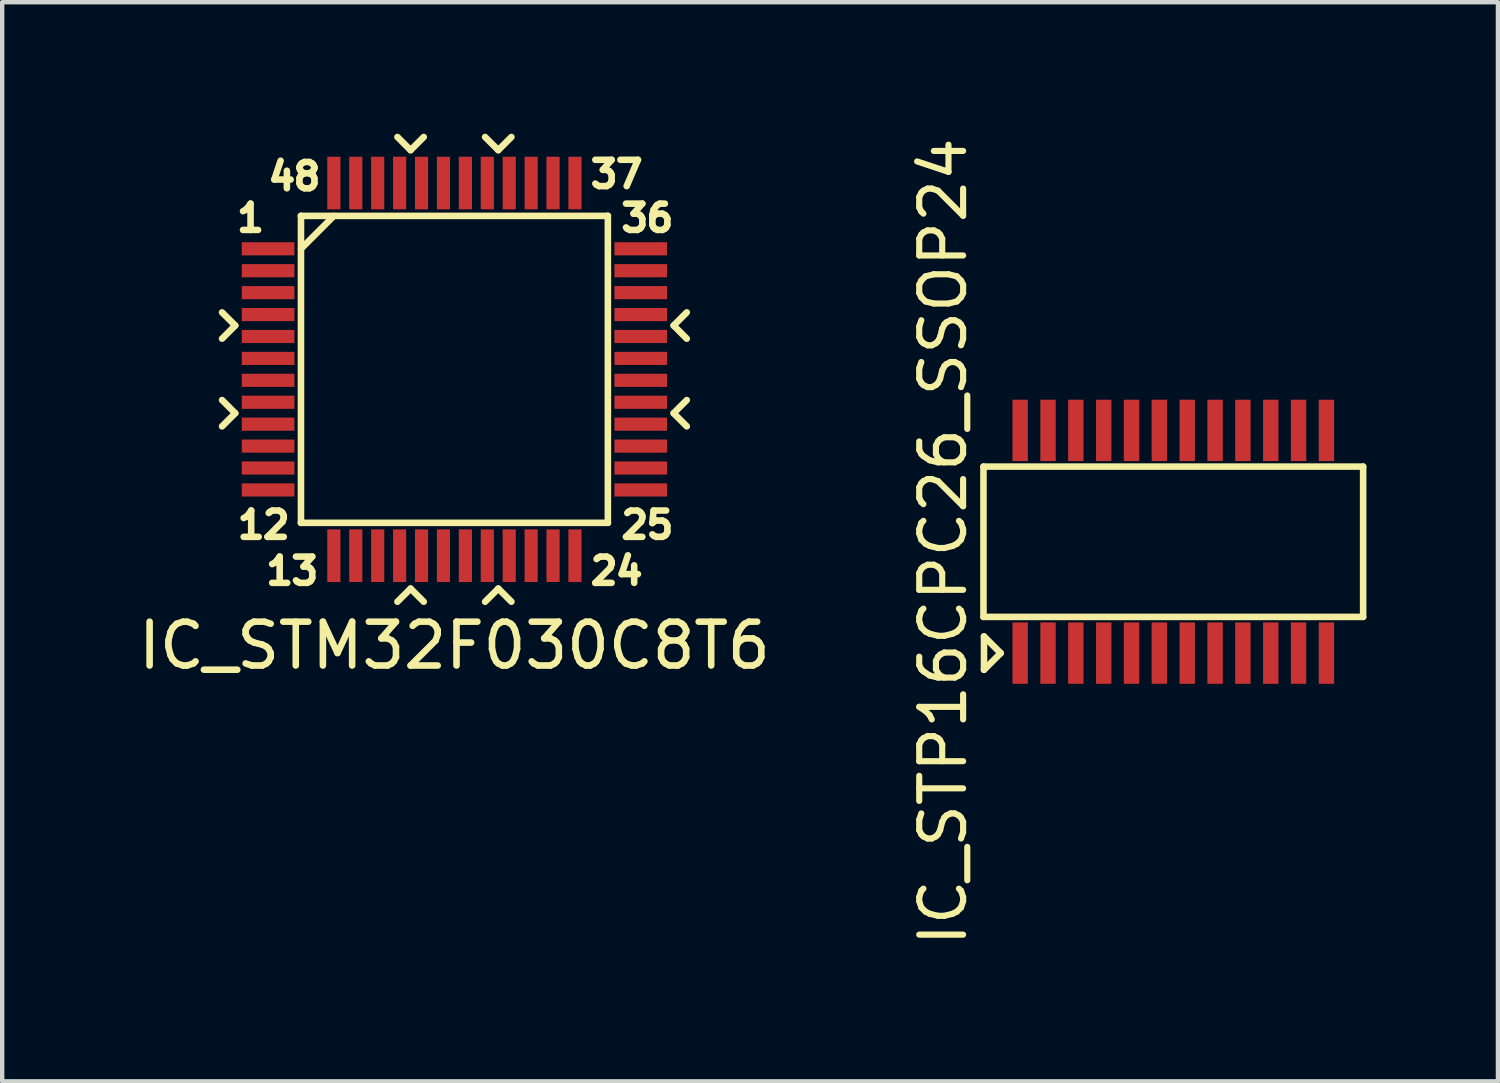
<source format=kicad_pcb>
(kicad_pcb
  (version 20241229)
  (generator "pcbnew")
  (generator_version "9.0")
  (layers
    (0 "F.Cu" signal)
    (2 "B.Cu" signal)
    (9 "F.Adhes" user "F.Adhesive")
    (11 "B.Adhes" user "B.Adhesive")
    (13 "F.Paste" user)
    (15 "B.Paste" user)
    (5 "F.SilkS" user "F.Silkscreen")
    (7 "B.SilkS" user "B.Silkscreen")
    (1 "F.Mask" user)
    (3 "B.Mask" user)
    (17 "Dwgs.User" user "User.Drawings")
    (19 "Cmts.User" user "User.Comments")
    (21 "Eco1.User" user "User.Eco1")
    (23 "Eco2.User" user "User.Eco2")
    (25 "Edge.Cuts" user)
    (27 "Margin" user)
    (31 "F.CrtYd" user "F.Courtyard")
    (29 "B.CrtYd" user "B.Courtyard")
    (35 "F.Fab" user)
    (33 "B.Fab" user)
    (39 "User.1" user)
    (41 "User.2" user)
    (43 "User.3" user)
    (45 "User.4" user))
  (footprint "IC_STP16CPC26_SSOP24"
    (layer "F.Cu")
    (at 23.712 9.307)
    (property "Reference" "IC_STP16CPC26_SSOP24" (at -5.25 0 90) (layer "F.SilkS") (effects (font (size 1.001 1.001) (thickness 0.14))))
    (attr smd)
    (fp_line (start -4.33 -1.714) (end 4.33 -1.714) (stroke (width 0.15) (type solid)) (layer "F.SilkS"))
    (fp_line (start -4.33 1.714) (end -4.33 -1.714) (stroke (width 0.15) (type solid)) (layer "F.SilkS"))
    (fp_line (start -4.318 2.159) (end -3.937 2.54) (stroke (width 0.15) (type solid)) (layer "F.SilkS"))
    (fp_line (start -4.318 2.921) (end -4.318 2.159) (stroke (width 0.15) (type solid)) (layer "F.SilkS"))
    (fp_line (start -3.937 2.54) (end -4.318 2.921) (stroke (width 0.15) (type solid)) (layer "F.SilkS"))
    (fp_line (start 4.33 -1.714) (end 4.33 1.714) (stroke (width 0.15) (type solid)) (layer "F.SilkS"))
    (fp_line (start 4.33 1.714) (end -4.33 1.714) (stroke (width 0.15) (type solid)) (layer "F.SilkS"))
    (pad "1" smd rect (at -3.493 2.54) (size 0.351 1.4) (layers "F.Cu" "F.Mask" "F.Paste"))
    (pad "2" smd rect (at -2.857 2.54) (size 0.351 1.4) (layers "F.Cu" "F.Mask" "F.Paste"))
    (pad "3" smd rect (at -2.223 2.54) (size 0.351 1.4) (layers "F.Cu" "F.Mask" "F.Paste"))
    (pad "4" smd rect (at -1.587 2.54) (size 0.351 1.4) (layers "F.Cu" "F.Mask" "F.Paste"))
    (pad "5" smd rect (at -0.953 2.54) (size 0.351 1.4) (layers "F.Cu" "F.Mask" "F.Paste"))
    (pad "6" smd rect (at -0.318 2.54) (size 0.351 1.4) (layers "F.Cu" "F.Mask" "F.Paste"))
    (pad "7" smd rect (at 0.318 2.54) (size 0.351 1.4) (layers "F.Cu" "F.Mask" "F.Paste"))
    (pad "8" smd rect (at 0.953 2.54) (size 0.351 1.4) (layers "F.Cu" "F.Mask" "F.Paste"))
    (pad "9" smd rect (at 1.587 2.54) (size 0.351 1.4) (layers "F.Cu" "F.Mask" "F.Paste"))
    (pad "10" smd rect (at 2.223 2.54) (size 0.351 1.4) (layers "F.Cu" "F.Mask" "F.Paste"))
    (pad "11" smd rect (at 2.857 2.54) (size 0.351 1.4) (layers "F.Cu" "F.Mask" "F.Paste"))
    (pad "12" smd rect (at 3.493 2.54) (size 0.351 1.4) (layers "F.Cu" "F.Mask" "F.Paste"))
    (pad "13" smd rect (at 3.493 -2.54) (size 0.351 1.4) (layers "F.Cu" "F.Mask" "F.Paste"))
    (pad "14" smd rect (at 2.857 -2.54) (size 0.351 1.4) (layers "F.Cu" "F.Mask" "F.Paste"))
    (pad "15" smd rect (at 2.223 -2.54) (size 0.351 1.4) (layers "F.Cu" "F.Mask" "F.Paste"))
    (pad "16" smd rect (at 1.587 -2.54) (size 0.351 1.4) (layers "F.Cu" "F.Mask" "F.Paste"))
    (pad "17" smd rect (at 0.953 -2.54) (size 0.351 1.4) (layers "F.Cu" "F.Mask" "F.Paste"))
    (pad "18" smd rect (at 0.318 -2.54) (size 0.351 1.4) (layers "F.Cu" "F.Mask" "F.Paste"))
    (pad "19" smd rect (at -0.318 -2.54) (size 0.351 1.4) (layers "F.Cu" "F.Mask" "F.Paste"))
    (pad "20" smd rect (at -0.953 -2.54) (size 0.351 1.4) (layers "F.Cu" "F.Mask" "F.Paste"))
    (pad "21" smd rect (at -1.587 -2.54) (size 0.351 1.4) (layers "F.Cu" "F.Mask" "F.Paste"))
    (pad "22" smd rect (at -2.223 -2.54) (size 0.351 1.4) (layers "F.Cu" "F.Mask" "F.Paste"))
    (pad "23" smd rect (at -2.857 -2.54) (size 0.351 1.4) (layers "F.Cu" "F.Mask" "F.Paste"))
    (pad "24" smd rect (at -3.493 -2.54) (size 0.351 1.4) (layers "F.Cu" "F.Mask" "F.Paste")))
  (footprint "IC_STM32F030C8T6"
    (layer "F.Cu")
    (at 7.315 5.375)
    (property "Reference" "IC_STM32F030C8T6" (at 0 6.3 0) (layer "F.SilkS") (effects (font (size 1 1) (thickness 0.15))))
    (attr through_hole)
    (fp_line (start -5 -1) (end -5.3 -1.3) (stroke (width 0.15) (type solid)) (layer "F.SilkS"))
    (fp_line (start -5 -1) (end -5.3 -0.7) (stroke (width 0.15) (type solid)) (layer "F.SilkS"))
    (fp_line (start -5 1) (end -5.3 0.7) (stroke (width 0.15) (type solid)) (layer "F.SilkS"))
    (fp_line (start -5 1) (end -5.3 1.3) (stroke (width 0.15) (type solid)) (layer "F.SilkS"))
    (fp_line (start -3.5 -3.5) (end -3.5 -3.5) (stroke (width 0.15) (type solid)) (layer "F.SilkS"))
    (fp_line (start -3.5 -3.5) (end 3.5 -3.5) (stroke (width 0.15) (type solid)) (layer "F.SilkS"))
    (fp_line (start -3.5 -2.75) (end -2.75 -3.5) (stroke (width 0.15) (type solid)) (layer "F.SilkS"))
    (fp_line (start -3.5 3.5) (end -3.5 -3.5) (stroke (width 0.15) (type solid)) (layer "F.SilkS"))
    (fp_line (start -3.5 3.5) (end -3.5 3.5) (stroke (width 0.15) (type solid)) (layer "F.SilkS"))
    (fp_line (start -1 -5) (end -1.3 -5.3) (stroke (width 0.15) (type solid)) (layer "F.SilkS"))
    (fp_line (start -1 -5) (end -0.7 -5.3) (stroke (width 0.15) (type solid)) (layer "F.SilkS"))
    (fp_line (start -1 5) (end -1.3 5.3) (stroke (width 0.15) (type solid)) (layer "F.SilkS"))
    (fp_line (start -1 5) (end -0.7 5.3) (stroke (width 0.15) (type solid)) (layer "F.SilkS"))
    (fp_line (start 1 -5) (end 0.7 -5.3) (stroke (width 0.15) (type solid)) (layer "F.SilkS"))
    (fp_line (start 1 -5) (end 1.3 -5.3) (stroke (width 0.15) (type solid)) (layer "F.SilkS"))
    (fp_line (start 1 5) (end 0.7 5.3) (stroke (width 0.15) (type solid)) (layer "F.SilkS"))
    (fp_line (start 1 5) (end 1.3 5.3) (stroke (width 0.15) (type solid)) (layer "F.SilkS"))
    (fp_line (start 3.5 -3.5) (end 3.5 -3.5) (stroke (width 0.15) (type solid)) (layer "F.SilkS"))
    (fp_line (start 3.5 -3.5) (end 3.5 3.5) (stroke (width 0.15) (type solid)) (layer "F.SilkS"))
    (fp_line (start 3.5 3.5) (end -3.5 3.5) (stroke (width 0.15) (type solid)) (layer "F.SilkS"))
    (fp_line (start 3.5 3.5) (end 3.5 3.5) (stroke (width 0.15) (type solid)) (layer "F.SilkS"))
    (fp_line (start 5 -1) (end 5.3 -1.3) (stroke (width 0.15) (type solid)) (layer "F.SilkS"))
    (fp_line (start 5 -1) (end 5.3 -0.7) (stroke (width 0.15) (type solid)) (layer "F.SilkS"))
    (fp_line (start 5 1) (end 5.3 0.7) (stroke (width 0.15) (type solid)) (layer "F.SilkS"))
    (fp_line (start 5 1) (end 5.3 1.3) (stroke (width 0.15) (type solid)) (layer "F.SilkS"))
    (fp_text user "12" (at -4.35 3.55 0) (layer "F.SilkS") (effects (font (size 0.6 0.6) (thickness 0.15))))
    (fp_text user "24" (at 3.7 4.6 0) (layer "F.SilkS") (effects (font (size 0.6 0.6) (thickness 0.15))))
    (fp_text user "25" (at 4.4 3.55 0) (layer "F.SilkS") (effects (font (size 0.6 0.6) (thickness 0.15))))
    (fp_text user "37" (at 3.7 -4.45 0) (layer "F.SilkS") (effects (font (size 0.6 0.6) (thickness 0.15))))
    (fp_text user "48" (at -3.65 -4.4 0) (layer "F.SilkS") (effects (font (size 0.6 0.6) (thickness 0.15))))
    (fp_text user "13" (at -3.7 4.6 0) (layer "F.SilkS") (effects (font (size 0.6 0.6) (thickness 0.15))))
    (fp_text user "1" (at -4.65 -3.45 0) (layer "F.SilkS") (effects (font (size 0.6 0.6) (thickness 0.15))))
    (fp_text user "36" (at 4.4 -3.45 0) (layer "F.SilkS") (effects (font (size 0.6 0.6) (thickness 0.15))))
    (pad "1" smd rect (at -4.25 -2.75) (size 1.2 0.3) (layers "F.Cu" "F.Mask" "F.Paste"))
    (pad "2" smd rect (at -4.25 -2.25) (size 1.2 0.3) (layers "F.Cu" "F.Mask" "F.Paste"))
    (pad "3" smd rect (at -4.25 -1.75) (size 1.2 0.3) (layers "F.Cu" "F.Mask" "F.Paste"))
    (pad "4" smd rect (at -4.25 -1.25) (size 1.2 0.3) (layers "F.Cu" "F.Mask" "F.Paste"))
    (pad "5" smd rect (at -4.25 -0.75) (size 1.2 0.3) (layers "F.Cu" "F.Mask" "F.Paste"))
    (pad "6" smd rect (at -4.25 -0.25) (size 1.2 0.3) (layers "F.Cu" "F.Mask" "F.Paste"))
    (pad "7" smd rect (at -4.25 0.25) (size 1.2 0.3) (layers "F.Cu" "F.Mask" "F.Paste"))
    (pad "8" smd rect (at -4.25 0.75) (size 1.2 0.3) (layers "F.Cu" "F.Mask" "F.Paste"))
    (pad "9" smd rect (at -4.25 1.25) (size 1.2 0.3) (layers "F.Cu" "F.Mask" "F.Paste"))
    (pad "10" smd rect (at -4.25 1.75) (size 1.2 0.3) (layers "F.Cu" "F.Mask" "F.Paste"))
    (pad "11" smd rect (at -4.25 2.25) (size 1.2 0.3) (layers "F.Cu" "F.Mask" "F.Paste"))
    (pad "12" smd rect (at -4.25 2.75) (size 1.2 0.3) (layers "F.Cu" "F.Mask" "F.Paste"))
    (pad "13" smd rect (at -2.75 4.25 90) (size 1.2 0.3) (layers "F.Cu" "F.Mask" "F.Paste"))
    (pad "14" smd rect (at -2.25 4.25 90) (size 1.2 0.3) (layers "F.Cu" "F.Mask" "F.Paste"))
    (pad "15" smd rect (at -1.75 4.25 90) (size 1.2 0.3) (layers "F.Cu" "F.Mask" "F.Paste"))
    (pad "16" smd rect (at -1.25 4.25 90) (size 1.2 0.3) (layers "F.Cu" "F.Mask" "F.Paste"))
    (pad "17" smd rect (at -0.75 4.25 90) (size 1.2 0.3) (layers "F.Cu" "F.Mask" "F.Paste"))
    (pad "18" smd rect (at -0.25 4.25 90) (size 1.2 0.3) (layers "F.Cu" "F.Mask" "F.Paste"))
    (pad "19" smd rect (at 0.25 4.25 90) (size 1.2 0.3) (layers "F.Cu" "F.Mask" "F.Paste"))
    (pad "20" smd rect (at 0.75 4.25 90) (size 1.2 0.3) (layers "F.Cu" "F.Mask" "F.Paste"))
    (pad "21" smd rect (at 1.25 4.25 90) (size 1.2 0.3) (layers "F.Cu" "F.Mask" "F.Paste"))
    (pad "22" smd rect (at 1.75 4.25 90) (size 1.2 0.3) (layers "F.Cu" "F.Mask" "F.Paste"))
    (pad "23" smd rect (at 2.25 4.25 90) (size 1.2 0.3) (layers "F.Cu" "F.Mask" "F.Paste"))
    (pad "24" smd rect (at 2.75 4.25 90) (size 1.2 0.3) (layers "F.Cu" "F.Mask" "F.Paste"))
    (pad "25" smd rect (at 4.25 2.75) (size 1.2 0.3) (layers "F.Cu" "F.Mask" "F.Paste"))
    (pad "26" smd rect (at 4.25 2.25) (size 1.2 0.3) (layers "F.Cu" "F.Mask" "F.Paste"))
    (pad "27" smd rect (at 4.25 1.75) (size 1.2 0.3) (layers "F.Cu" "F.Mask" "F.Paste"))
    (pad "28" smd rect (at 4.25 1.25) (size 1.2 0.3) (layers "F.Cu" "F.Mask" "F.Paste"))
    (pad "29" smd rect (at 4.25 0.75) (size 1.2 0.3) (layers "F.Cu" "F.Mask" "F.Paste"))
    (pad "30" smd rect (at 4.25 0.25) (size 1.2 0.3) (layers "F.Cu" "F.Mask" "F.Paste"))
    (pad "31" smd rect (at 4.25 -0.25) (size 1.2 0.3) (layers "F.Cu" "F.Mask" "F.Paste"))
    (pad "32" smd rect (at 4.25 -0.75) (size 1.2 0.3) (layers "F.Cu" "F.Mask" "F.Paste"))
    (pad "33" smd rect (at 4.25 -1.25) (size 1.2 0.3) (layers "F.Cu" "F.Mask" "F.Paste"))
    (pad "34" smd rect (at 4.25 -1.75) (size 1.2 0.3) (layers "F.Cu" "F.Mask" "F.Paste"))
    (pad "35" smd rect (at 4.25 -2.25) (size 1.2 0.3) (layers "F.Cu" "F.Mask" "F.Paste"))
    (pad "36" smd rect (at 4.25 -2.75) (size 1.2 0.3) (layers "F.Cu" "F.Mask" "F.Paste"))
    (pad "37" smd rect (at 2.75 -4.25 90) (size 1.2 0.3) (layers "F.Cu" "F.Mask" "F.Paste"))
    (pad "38" smd rect (at 2.25 -4.25 90) (size 1.2 0.3) (layers "F.Cu" "F.Mask" "F.Paste"))
    (pad "39" smd rect (at 1.75 -4.25 90) (size 1.2 0.3) (layers "F.Cu" "F.Mask" "F.Paste"))
    (pad "40" smd rect (at 1.25 -4.25 90) (size 1.2 0.3) (layers "F.Cu" "F.Mask" "F.Paste"))
    (pad "41" smd rect (at 0.75 -4.25 90) (size 1.2 0.3) (layers "F.Cu" "F.Mask" "F.Paste"))
    (pad "42" smd rect (at 0.25 -4.25 90) (size 1.2 0.3) (layers "F.Cu" "F.Mask" "F.Paste"))
    (pad "43" smd rect (at -0.25 -4.25 90) (size 1.2 0.3) (layers "F.Cu" "F.Mask" "F.Paste"))
    (pad "44" smd rect (at -0.75 -4.25 90) (size 1.2 0.3) (layers "F.Cu" "F.Mask" "F.Paste"))
    (pad "45" smd rect (at -1.25 -4.25 90) (size 1.2 0.3) (layers "F.Cu" "F.Mask" "F.Paste"))
    (pad "46" smd rect (at -1.75 -4.25 90) (size 1.2 0.3) (layers "F.Cu" "F.Mask" "F.Paste"))
    (pad "47" smd rect (at -2.25 -4.25 90) (size 1.2 0.3) (layers "F.Cu" "F.Mask" "F.Paste"))
    (pad "48" smd rect (at -2.75 -4.25 90) (size 1.2 0.3) (layers "F.Cu" "F.Mask" "F.Paste")))
  (gr_rect
    (start -3 -3)
    (end 31.117 21.614)
    (stroke (width 0.1) (type default))
    (fill no)
    (layer "Edge.Cuts")))
</source>
